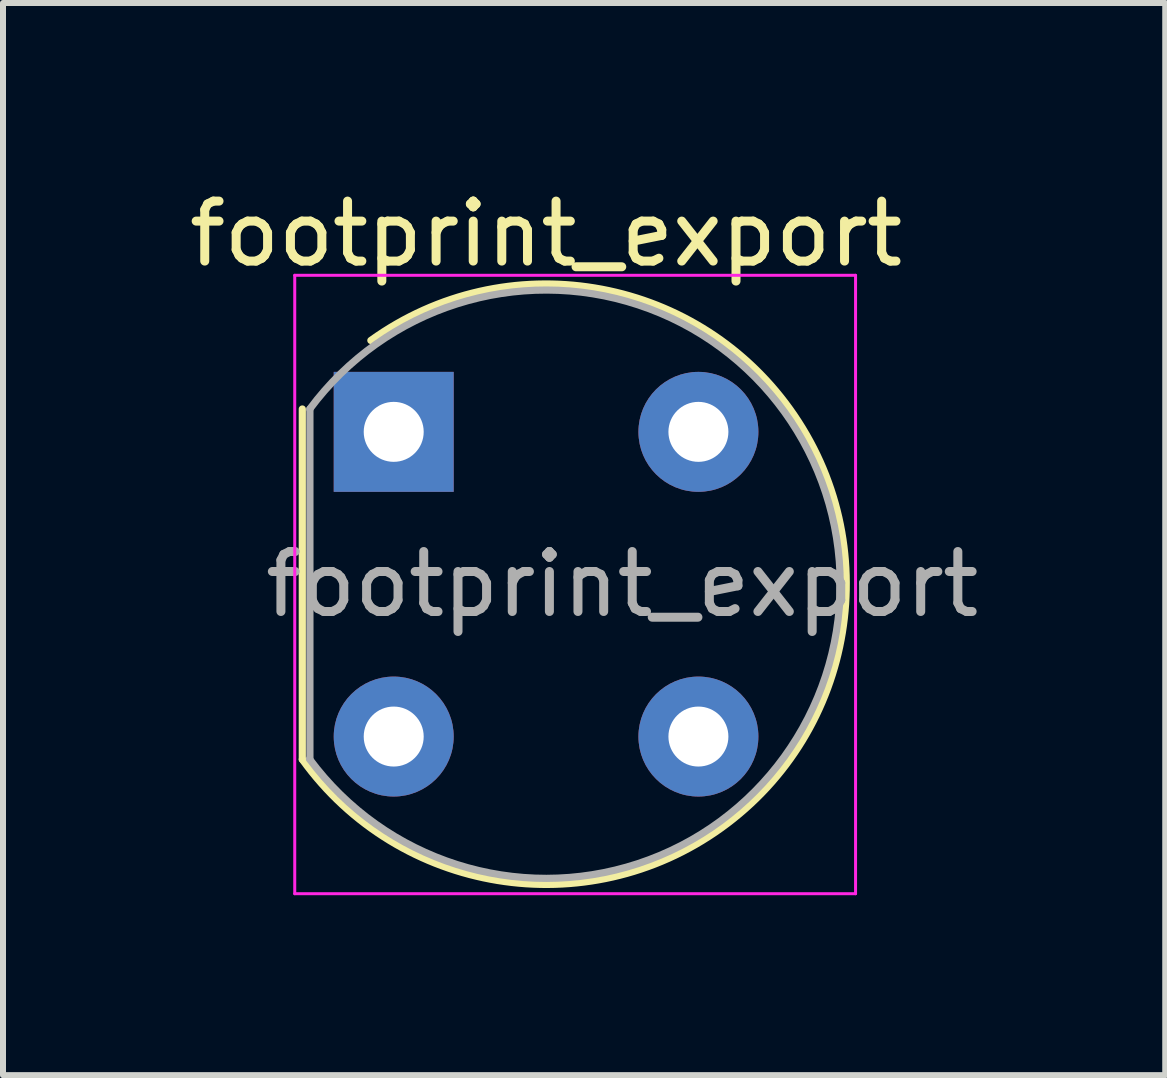
<source format=kicad_pcb>
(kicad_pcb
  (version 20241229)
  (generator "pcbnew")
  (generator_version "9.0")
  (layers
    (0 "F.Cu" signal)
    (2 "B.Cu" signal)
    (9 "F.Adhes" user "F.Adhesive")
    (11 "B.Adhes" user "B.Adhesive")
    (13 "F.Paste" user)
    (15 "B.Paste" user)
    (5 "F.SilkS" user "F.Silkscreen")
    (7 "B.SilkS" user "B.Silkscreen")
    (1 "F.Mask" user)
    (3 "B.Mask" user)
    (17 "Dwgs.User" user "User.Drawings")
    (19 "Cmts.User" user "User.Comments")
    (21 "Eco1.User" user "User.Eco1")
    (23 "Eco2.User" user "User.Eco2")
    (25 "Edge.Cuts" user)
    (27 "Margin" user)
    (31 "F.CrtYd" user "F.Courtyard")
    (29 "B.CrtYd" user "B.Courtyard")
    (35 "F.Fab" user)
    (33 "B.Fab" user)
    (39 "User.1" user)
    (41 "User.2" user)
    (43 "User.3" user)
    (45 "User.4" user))
  (footprint "footprint_export"
    (layer "F.Cu")
    (at 3.514 4.15)
    (property "Reference" "footprint_export" (at 2.54 -3.302 0) (layer "F.SilkS") (effects (font (size 1 1) (thickness 0.15))))
    (attr through_hole)
    (fp_line (start -1.524 -0.381) (end -1.524 5.461) (stroke (width 0.12) (type solid)) (layer "F.SilkS"))
    (fp_arc (start -0.381 -1.524) (mid 7.479141 3.348223) (end -1.524 5.461) (stroke (width 0.12) (type solid)) (layer "F.SilkS"))
    (fp_line (start -1.65 -2.61) (end -1.65 7.7) (stroke (width 0.05) (type solid)) (layer "F.CrtYd"))
    (fp_line (start -1.65 -2.61) (end 7.7 -2.61) (stroke (width 0.05) (type solid)) (layer "F.CrtYd"))
    (fp_line (start 7.7 7.7) (end -1.65 7.7) (stroke (width 0.05) (type solid)) (layer "F.CrtYd"))
    (fp_line (start 7.7 7.7) (end 7.7 -2.61) (stroke (width 0.05) (type solid)) (layer "F.CrtYd"))
    (fp_line (start -1.397 5.461) (end -1.397 -0.381) (stroke (width 0.12) (type solid)) (layer "F.Fab"))
    (fp_arc (start -1.4 -0.38) (mid 7.444079 2.54366) (end -1.404354 5.454115) (stroke (width 0.12) (type solid)) (layer "F.Fab"))
    (fp_text user "${REFERENCE}" (at 3.81 2.54 0) (layer "F.Fab") (effects (font (size 1 1) (thickness 0.15))))
    (pad "1" thru_hole rect (at 0 0) (size 2 2) (drill 1) (layers "*.Cu" "*.Mask"))
    (pad "2" thru_hole oval (at 0 5.08) (size 2 2) (drill 1) (layers "*.Cu" "*.Mask"))
    (pad "3" thru_hole oval (at 5.08 5.08) (size 2 2) (drill 1) (layers "*.Cu" "*.Mask"))
    (pad "4" thru_hole oval (at 5.08 0) (size 2 2) (drill 1) (layers "*.Cu" "*.Mask")))
  (gr_rect
    (start -3 -3)
    (end 16.377 14.875)
    (stroke (width 0.1) (type default))
    (fill no)
    (layer "Edge.Cuts")))
</source>
